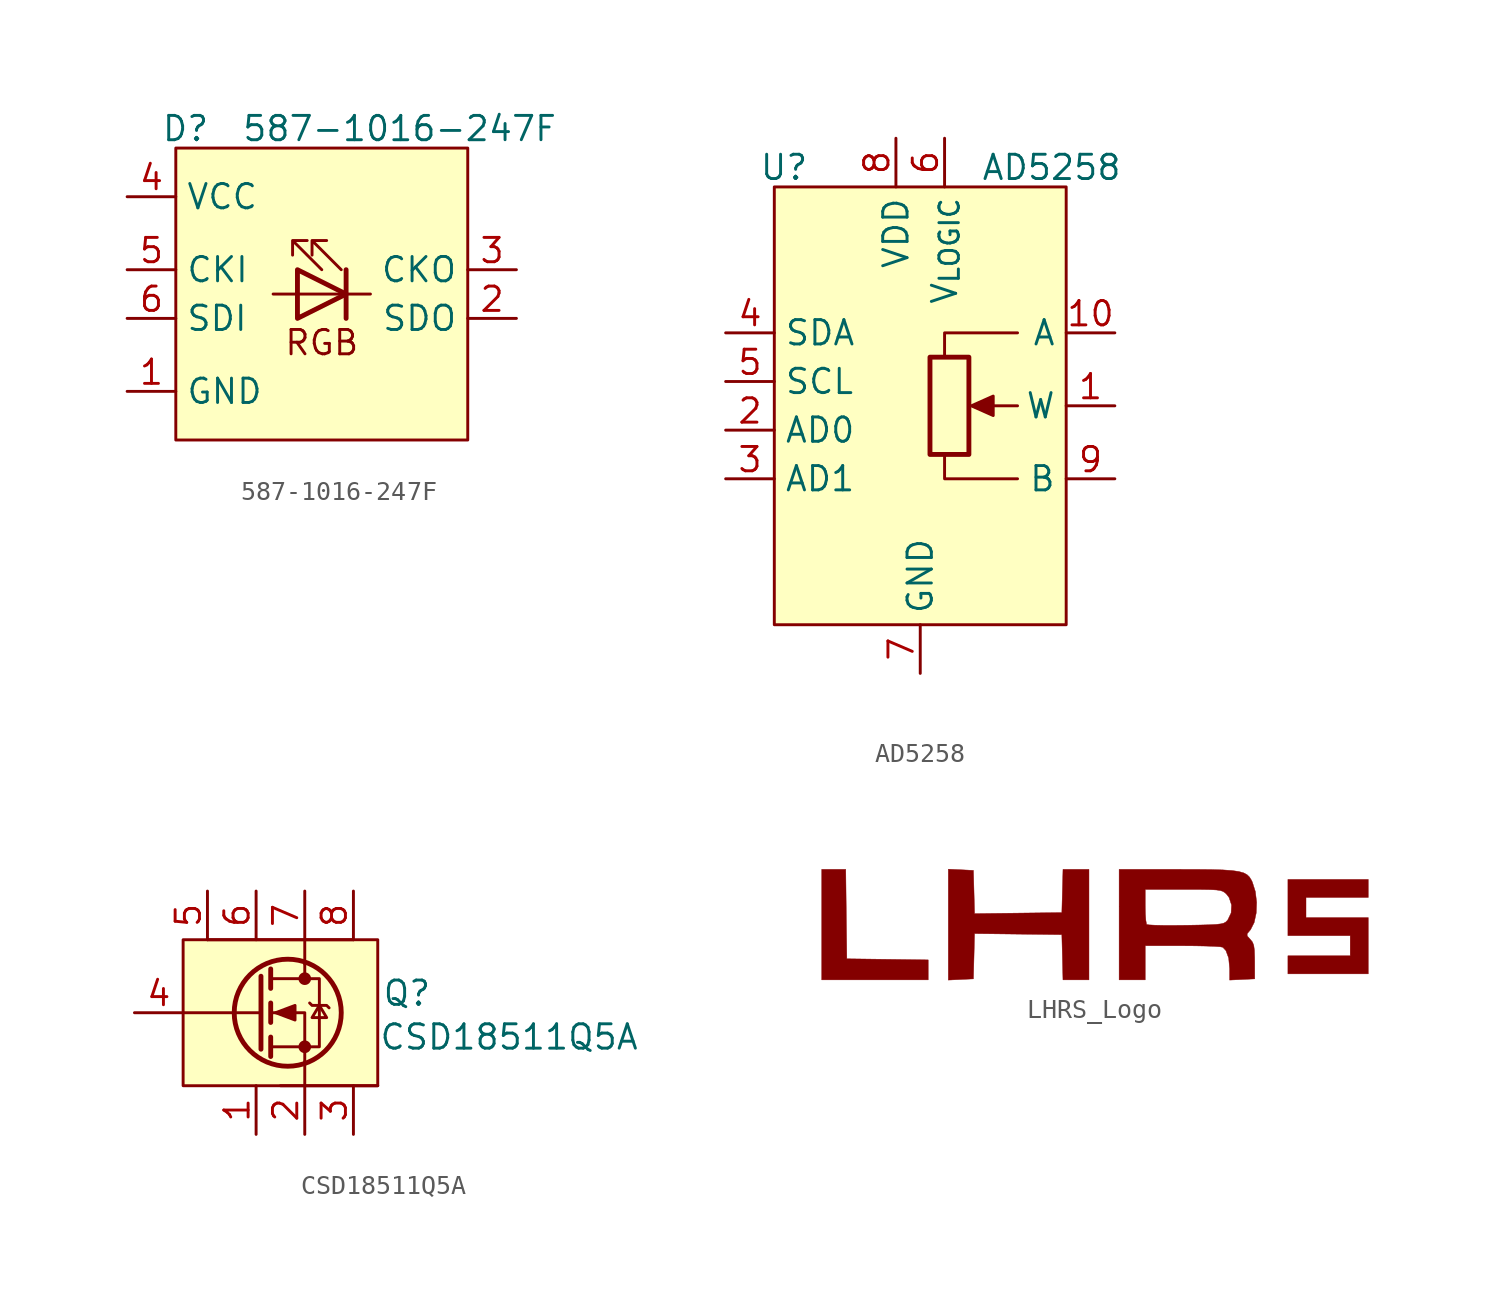
<source format=kicad_sym>
(kicad_symbol_lib
  (version 20231120)
  (generator "kicad_symbol_editor")
  (generator_version "8.0")
  (symbol "587-1016-247F"
    (property "Reference" "D"
      (at -7.112 8.636 0)
      (effects (font (size 1.27 1.27))))
    (property "Value" "587-1016-247F"
      (at 4.064 8.636 0)
      (effects (font (size 1.27 1.27))))
    (symbol "587-1016-247F_0_1"
      (rectangle (start -1.27 -1.27) (end -1.27 1.27) (stroke (width 0) (type default)) (fill (type none)))
      (rectangle (start -1.27 1.27) (end -1.27 1.27) (stroke (width 0) (type default)) (fill (type none)))
      (polyline (pts (xy 1.27 0) (xy -1.27 0)) (stroke (width 0) (type default)) (fill (type none)))
      (polyline (pts (xy 1.27 1.27) (xy 1.27 -1.27)) (stroke (width 0.254) (type default)) (fill (type none)))
      (polyline (pts (xy 1.27 1.27) (xy 1.27 -1.27) (xy 1.27 -1.27)) (stroke (width 0) (type default)) (fill (type none)))
      (polyline (pts (xy -1.27 1.27) (xy -1.27 -1.27) (xy 1.27 0) (xy -1.27 1.27)) (stroke (width 0.254) (type default)) (fill (type none)))
      (polyline (pts (xy 0 1.27) (xy -1.524 2.794) (xy -0.762 2.794) (xy -1.524 2.794) (xy -1.524 2.032)) (stroke (width 0) (type default)) (fill (type none)))
      (polyline (pts (xy 1.016 1.27) (xy -0.508 2.794) (xy 0.254 2.794) (xy -0.508 2.794) (xy -0.508 2.032)) (stroke (width 0) (type default)) (fill (type none))))
    (symbol "587-1016-247F_1_0"
      (polyline (pts (xy -2.54 0) (xy -1.27 0)) (stroke (width 0) (type default)) (fill (type none)))
      (polyline (pts (xy 1.27 0) (xy 2.54 0)) (stroke (width 0) (type default)) (fill (type none)))
      (text "RGB" (at 0 -2.54 0) (effects (font (size 1.27 1.27)))))
    (symbol "587-1016-247F_1_1"
      (rectangle (start -7.62 7.62) (end 7.62 -7.62) (stroke (width 0) (type default)) (fill (type background)))
      (pin input line (at -10.16 -5.08 0) (length 2.54) (name "GND" (effects (font (size 1.27 1.27)))) (number "1" (effects (font (size 1.27 1.27)))))
      (pin input line (at 10.16 -1.27 180) (length 2.54) (name "SDO" (effects (font (size 1.27 1.27)))) (number "2" (effects (font (size 1.27 1.27)))))
      (pin input line (at 10.16 1.27 180) (length 2.54) (name "CKO" (effects (font (size 1.27 1.27)))) (number "3" (effects (font (size 1.27 1.27)))))
      (pin input line (at -10.16 5.08 0) (length 2.54) (name "VCC" (effects (font (size 1.27 1.27)))) (number "4" (effects (font (size 1.27 1.27)))))
      (pin input line (at -10.16 1.27 0) (length 2.54) (name "CKI" (effects (font (size 1.27 1.27)))) (number "5" (effects (font (size 1.27 1.27)))))
      (pin input line (at -10.16 -1.27 0) (length 2.54) (name "SDI" (effects (font (size 1.27 1.27)))) (number "6" (effects (font (size 1.27 1.27)))))))
  (symbol "AD5258"
    (property "Reference" "U"
      (at -7.112 12.446 0)
      (effects (font (size 1.27 1.27))))
    (property "Value" "AD5258"
      (at 6.858 12.446 0)
      (effects (font (size 1.27 1.27))))
    (symbol "AD5258_0_1"
      (polyline (pts (xy 3.81 0) (xy 5.08 0)) (stroke (width 0) (type default)) (fill (type none)))
      (polyline (pts (xy 1.27 -2.54) (xy 1.27 -3.81) (xy 5.08 -3.81)) (stroke (width 0) (type default)) (fill (type none)))
      (polyline (pts (xy 5.08 3.81) (xy 1.27 3.81) (xy 1.27 2.54)) (stroke (width 0) (type default)) (fill (type none)))
      (polyline (pts (xy 2.667 0) (xy 3.81 0.508) (xy 3.81 -0.508) (xy 2.667 0)) (stroke (width 0) (type default)) (fill (type outline)))
      (rectangle (start 0.508 2.54) (end 2.54 -2.54) (stroke (width 0.254) (type default)) (fill (type none))))
    (symbol "AD5258_1_1"
      (rectangle (start -7.62 11.43) (end 7.62 -11.43) (stroke (width 0) (type default)) (fill (type background)))
      (pin input line (at 10.16 0 180) (length 2.54) (name "W" (effects (font (size 1.27 1.27)))) (number "1" (effects (font (size 1.27 1.27)))))
      (pin input line (at 10.16 3.81 180) (length 2.54) (name "A" (effects (font (size 1.27 1.27)))) (number "10" (effects (font (size 1.27 1.27)))))
      (pin input line (at -10.16 -1.27 0) (length 2.54) (name "AD0" (effects (font (size 1.27 1.27)))) (number "2" (effects (font (size 1.27 1.27)))))
      (pin input line (at -10.16 -3.81 0) (length 2.54) (name "AD1" (effects (font (size 1.27 1.27)))) (number "3" (effects (font (size 1.27 1.27)))))
      (pin input line (at -10.16 3.81 0) (length 2.54) (name "SDA" (effects (font (size 1.27 1.27)))) (number "4" (effects (font (size 1.27 1.27)))))
      (pin input line (at -10.16 1.27 0) (length 2.54) (name "SCL" (effects (font (size 1.27 1.27)))) (number "5" (effects (font (size 1.27 1.27)))))
      (pin input line (at 1.27 13.97 270) (length 2.54) (name "V_{LOGIC}" (effects (font (size 1.27 1.27)))) (number "6" (effects (font (size 1.27 1.27)))))
      (pin input line (at 0 -13.97 90) (length 2.54) (name "GND" (effects (font (size 1.27 1.27)))) (number "7" (effects (font (size 1.27 1.27)))))
      (pin input line (at -1.27 13.97 270) (length 2.54) (name "VDD" (effects (font (size 1.27 1.27)))) (number "8" (effects (font (size 1.27 1.27)))))
      (pin input line (at 10.16 -3.81 180) (length 2.54) (name "B" (effects (font (size 1.27 1.27)))) (number "9" (effects (font (size 1.27 1.27)))))))
  (symbol "CSD18511Q5A"
    (property "Reference" "Q"
      (at 7.874 1.016 0)
      (effects (font (size 1.27 1.27))))
    (property "Value" "CSD18511Q5A"
      (at 13.208 -1.27 0)
      (effects (font (size 1.27 1.27))))
    (symbol "CSD18511Q5A_0_1"
      (polyline (pts (xy 0.254 0) (xy -3.81 0)) (stroke (width 0) (type default)) (fill (type none)))
      (polyline (pts (xy 0.254 1.905) (xy 0.254 -1.905)) (stroke (width 0.254) (type default)) (fill (type none)))
      (polyline (pts (xy 0.762 -1.27) (xy 0.762 -2.286)) (stroke (width 0.254) (type default)) (fill (type none)))
      (polyline (pts (xy 0.762 0.508) (xy 0.762 -0.508)) (stroke (width 0.254) (type default)) (fill (type none)))
      (polyline (pts (xy 0.762 2.286) (xy 0.762 1.27)) (stroke (width 0.254) (type default)) (fill (type none)))
      (polyline (pts (xy 2.54 -3.81) (xy 2.54 -2.54)) (stroke (width 0) (type default)) (fill (type none)))
      (polyline (pts (xy 2.54 2.54) (xy 2.54 1.778)) (stroke (width 0) (type default)) (fill (type none)))
      (polyline (pts (xy 2.54 2.54) (xy 2.54 3.81)) (stroke (width 0) (type default)) (fill (type none)))
      (polyline (pts (xy -2.54 3.81) (xy 2.54 3.81) (xy 5.08 3.81)) (stroke (width 0) (type default)) (fill (type none)))
      (polyline (pts (xy 1.27 -3.81) (xy 3.81 -3.81) (xy 6.35 -3.81)) (stroke (width 0) (type default)) (fill (type none)))
      (polyline (pts (xy 2.54 -2.54) (xy 2.54 0) (xy 0.762 0)) (stroke (width 0) (type default)) (fill (type none)))
      (polyline (pts (xy 0.762 -1.778) (xy 3.302 -1.778) (xy 3.302 1.778) (xy 0.762 1.778)) (stroke (width 0) (type default)) (fill (type none)))
      (polyline (pts (xy 1.016 0) (xy 2.032 0.381) (xy 2.032 -0.381) (xy 1.016 0)) (stroke (width 0) (type default)) (fill (type outline)))
      (polyline (pts (xy 2.794 0.508) (xy 2.921 0.381) (xy 3.683 0.381) (xy 3.81 0.254)) (stroke (width 0) (type default)) (fill (type none)))
      (polyline (pts (xy 3.302 0.381) (xy 2.921 -0.254) (xy 3.683 -0.254) (xy 3.302 0.381)) (stroke (width 0) (type default)) (fill (type none)))
      (circle (center 1.651 0) (radius 2.794) (stroke (width 0.254) (type default)) (fill (type none)))
      (circle (center 2.54 -1.778) (radius 0.254) (stroke (width 0) (type default)) (fill (type outline)))
      (circle (center 2.54 1.778) (radius 0.254) (stroke (width 0) (type default)) (fill (type outline))))
    (symbol "CSD18511Q5A_1_1"
      (rectangle (start -3.81 3.81) (end 6.35 -3.81) (stroke (width 0) (type default)) (fill (type background)))
      (pin passive line (at 0 -6.35 90) (length 2.54) (name "" (effects (font (size 1.27 1.27)))) (number "1" (effects (font (size 1.27 1.27)))))
      (pin passive line (at 2.54 -6.35 90) (length 2.54) (name "" (effects (font (size 1.27 1.27)))) (number "2" (effects (font (size 1.27 1.27)))))
      (pin passive line (at 5.08 -6.35 90) (length 2.54) (name "" (effects (font (size 1.27 1.27)))) (number "3" (effects (font (size 1.27 1.27)))))
      (pin input line (at -6.35 0 0) (length 2.54) (name "" (effects (font (size 1.27 1.27)))) (number "4" (effects (font (size 1.27 1.27)))))
      (pin passive line (at -2.54 6.35 270) (length 2.54) (name "" (effects (font (size 1.27 1.27)))) (number "5" (effects (font (size 1.27 1.27)))))
      (pin passive line (at 0 6.35 270) (length 2.54) (name "" (effects (font (size 1.27 1.27)))) (number "6" (effects (font (size 1.27 1.27)))))
      (pin passive line (at 2.54 6.35 270) (length 2.54) (name "" (effects (font (size 1.27 1.27)))) (number "7" (effects (font (size 1.27 1.27)))))
      (pin passive line (at 5.08 6.35 270) (length 2.54) (name "" (effects (font (size 1.27 1.27)))) (number "8" (effects (font (size 1.27 1.27)))))))
  (symbol "LHRS_Logo"
    (pin_names
      (offset 1.016))
    (property "Reference" "#G"
      (at 0 9.336 0)
      (effects (font (size 1.27 1.27)) (hide yes)))
    (symbol "LHRS_Logo_0_0"
      (polyline (pts (xy -8.712 -2.521) (xy -8.712 -1.999) (xy -10.837 -1.97) (xy -12.962 -1.942) (xy -12.991 0.394) (xy -13.019 2.729) (xy -13.647 2.729) (xy -14.274 2.729) (xy -14.274 -0.158) (xy -14.274 -3.044) (xy -11.493 -3.044) (xy -8.712 -3.044) (xy -8.712 -2.521)) (stroke (width 0.01) (type default)) (fill (type outline)))
      (polyline (pts (xy -7.006 -3.023) (xy -6.35 -2.991) (xy -6.32 -1.808) (xy -6.291 -0.626) (xy -4.011 -0.654) (xy -1.732 -0.682) (xy -1.702 -1.863) (xy -1.673 -3.044) (xy -0.994 -3.044) (xy -0.315 -3.044) (xy -0.315 -0.158) (xy -0.315 2.729) (xy -0.994 2.729) (xy -1.672 2.729) (xy -1.702 1.601) (xy -1.732 0.472) (xy -4.011 0.444) (xy -6.29 0.416) (xy -6.32 1.546) (xy -6.35 2.676) (xy -7.006 2.708) (xy -7.662 2.739) (xy -7.662 -0.158) (xy -7.662 -3.054) (xy -7.006 -3.023)) (stroke (width 0.01) (type default)) (fill (type outline)))
      (polyline (pts (xy 14.274 -1.26) (xy 14.274 0.21) (xy 12.648 0.21) (xy 11.021 0.21) (xy 11.021 0.735) (xy 11.021 1.26) (xy 12.648 1.26) (xy 14.274 1.26) (xy 14.274 1.732) (xy 14.274 2.204) (xy 12.175 2.204) (xy 10.076 2.204) (xy 10.076 0.735) (xy 10.076 -0.735) (xy 11.703 -0.735) (xy 13.33 -0.735) (xy 13.33 -1.26) (xy 13.33 -1.784) (xy 11.703 -1.784) (xy 10.076 -1.784) (xy 10.076 -2.257) (xy 10.076 -2.729) (xy 12.175 -2.729) (xy 14.274 -2.729) (xy 14.274 -1.26)) (stroke (width 0.01) (type default)) (fill (type outline)))
      (polyline (pts (xy 7.688 -3.023) (xy 8.344 -2.991) (xy 8.342 -2.073) (xy 8.34 -1.889) (xy 8.327 -1.493) (xy 8.291 -1.235) (xy 8.221 -1.062) (xy 8.107 -0.923) (xy 8.097 -0.913) (xy 7.95 -0.749) (xy 7.947 -0.633) (xy 8.082 -0.472) (xy 8.125 -0.422) (xy 8.314 -0.048) (xy 8.421 0.449) (xy 8.443 1.008) (xy 8.376 1.567) (xy 8.218 2.065) (xy 8.17 2.164) (xy 8.072 2.324) (xy 7.943 2.45) (xy 7.762 2.547) (xy 7.506 2.618) (xy 7.152 2.668) (xy 6.679 2.701) (xy 6.063 2.719) (xy 5.282 2.727) (xy 4.314 2.729) (xy 1.26 2.729) (xy 1.26 0.805) (xy 2.624 0.805) (xy 2.624 1.679) (xy 4.623 1.679) (xy 4.989 1.679) (xy 5.591 1.677) (xy 6.03 1.669) (xy 6.338 1.653) (xy 6.545 1.623) (xy 6.684 1.577) (xy 6.785 1.511) (xy 6.88 1.422) (xy 7.005 1.256) (xy 7.132 0.869) (xy 7.11 0.453) (xy 6.937 0.09) (xy 6.91 0.058) (xy 6.832 -0.02) (xy 6.728 -0.078) (xy 6.569 -0.118) (xy 6.323 -0.146) (xy 5.96 -0.165) (xy 5.449 -0.179) (xy 4.758 -0.192) (xy 4.743 -0.192) (xy 4.119 -0.198) (xy 3.57 -0.197) (xy 3.127 -0.187) (xy 2.827 -0.171) (xy 2.702 -0.148) (xy 2.69 -0.125) (xy 2.656 0.065) (xy 2.633 0.394) (xy 2.624 0.805) (xy 1.26 0.805) (xy 1.26 -0.158) (xy 1.26 -3.044) (xy 1.942 -3.044) (xy 2.624 -3.044) (xy 2.624 -2.152) (xy 2.624 -1.26) (xy 4.592 -1.261) (xy 5.217 -1.266) (xy 5.774 -1.277) (xy 6.226 -1.294) (xy 6.538 -1.315) (xy 6.675 -1.34) (xy 6.839 -1.516) (xy 6.983 -1.909) (xy 7.032 -2.465) (xy 7.032 -3.054) (xy 7.688 -3.023)) (stroke (width 0.01) (type default)) (fill (type outline))))))
</source>
